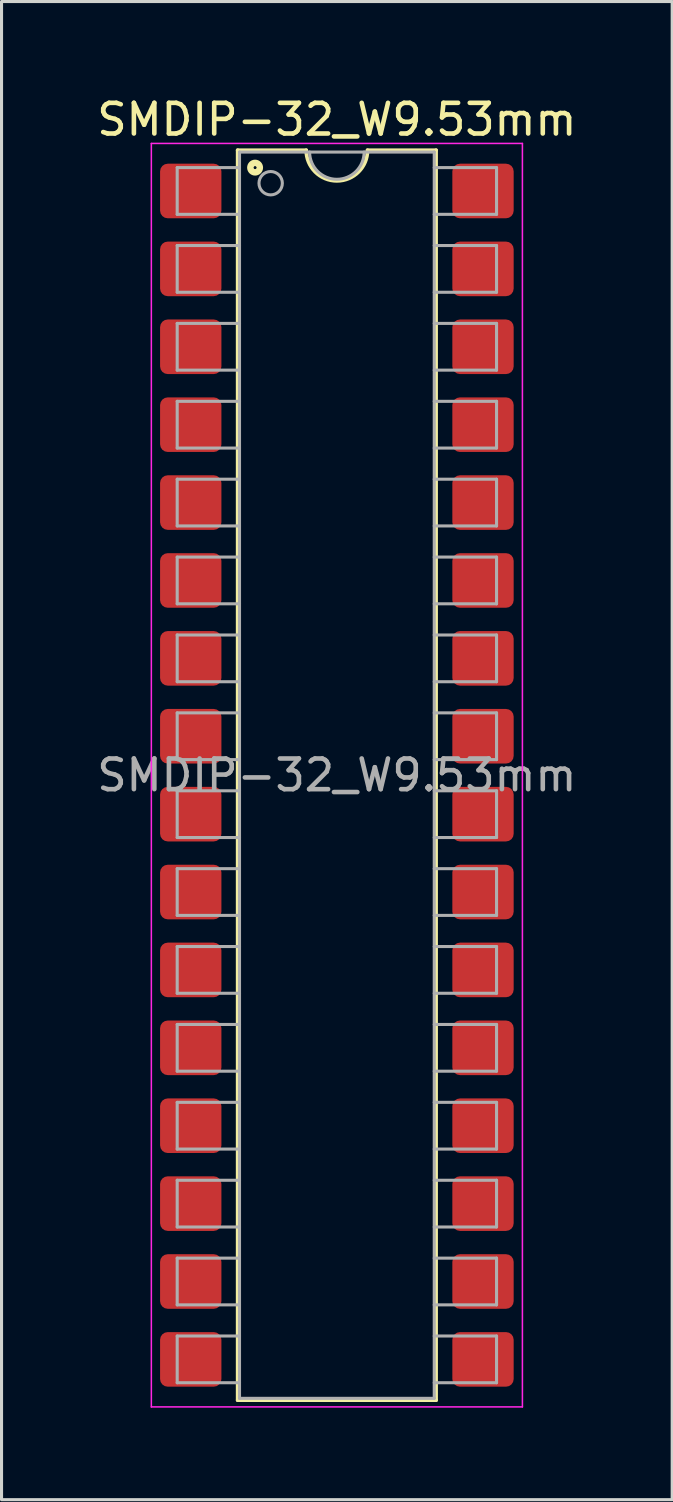
<source format=kicad_pcb>
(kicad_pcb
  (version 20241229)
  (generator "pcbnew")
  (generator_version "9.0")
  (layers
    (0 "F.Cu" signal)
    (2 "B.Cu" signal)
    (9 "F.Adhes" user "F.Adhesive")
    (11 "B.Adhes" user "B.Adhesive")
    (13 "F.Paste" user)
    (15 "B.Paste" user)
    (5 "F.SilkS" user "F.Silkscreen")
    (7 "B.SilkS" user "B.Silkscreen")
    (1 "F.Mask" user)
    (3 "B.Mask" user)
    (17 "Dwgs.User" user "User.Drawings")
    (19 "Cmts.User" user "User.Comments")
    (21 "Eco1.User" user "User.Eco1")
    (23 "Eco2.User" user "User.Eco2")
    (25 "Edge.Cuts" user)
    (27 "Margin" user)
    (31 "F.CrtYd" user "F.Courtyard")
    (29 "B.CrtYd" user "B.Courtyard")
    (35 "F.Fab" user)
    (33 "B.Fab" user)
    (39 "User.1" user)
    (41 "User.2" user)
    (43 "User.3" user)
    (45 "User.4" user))
  (footprint "SMDIP-32_W9.53mm"
    (layer "F.Cu")
    (at 7.935 22.228)
    (property "Reference" "SMDIP-32_W9.53mm" (at 0 -21.38 0) (layer "F.SilkS") (effects (font (size 1 1) (thickness 0.15))))
    (attr smd)
    (fp_line (start -3.235 -20.38) (end -3.235 20.38) (stroke (width 0.12) (type solid)) (layer "F.SilkS"))
    (fp_line (start -3.235 20.38) (end 3.235 20.38) (stroke (width 0.12) (type solid)) (layer "F.SilkS"))
    (fp_line (start -1 -20.38) (end -3.235 -20.38) (stroke (width 0.12) (type solid)) (layer "F.SilkS"))
    (fp_line (start 3.235 -20.38) (end 1 -20.38) (stroke (width 0.12) (type solid)) (layer "F.SilkS"))
    (fp_line (start 3.235 20.38) (end 3.235 -20.38) (stroke (width 0.12) (type solid)) (layer "F.SilkS"))
    (fp_arc (start 1 -20.38) (mid 0 -19.38) (end -1 -20.38) (stroke (width 0.12) (type solid)) (layer "F.SilkS"))
    (fp_circle (center -2.667 -19.812) (end -2.617 -19.812) (stroke (width 0.12) (type solid)) (fill no) (layer "F.SilkS"))
    (fp_circle (center -2.667 -19.812) (end -2.542 -19.812) (stroke (width 0.12) (type solid)) (fill no) (layer "F.SilkS"))
    (fp_circle (center -2.667 -19.812) (end -2.467 -19.812) (stroke (width 0.12) (type solid)) (fill no) (layer "F.SilkS"))
    (fp_line (start -6.05 -20.6) (end -6.05 20.6) (stroke (width 0.05) (type solid)) (layer "F.CrtYd"))
    (fp_line (start -6.05 20.6) (end 6.05 20.6) (stroke (width 0.05) (type solid)) (layer "F.CrtYd"))
    (fp_line (start 6.05 -20.6) (end -6.05 -20.6) (stroke (width 0.05) (type solid)) (layer "F.CrtYd"))
    (fp_line (start 6.05 20.6) (end 6.05 -20.6) (stroke (width 0.05) (type solid)) (layer "F.CrtYd"))
    (fp_line (start -5.207 -19.812) (end -5.207 -18.288) (stroke (width 0.1) (type solid)) (layer "F.Fab"))
    (fp_line (start -5.207 -19.812) (end -3.175 -19.812) (stroke (width 0.1) (type solid)) (layer "F.Fab"))
    (fp_line (start -5.207 -18.288) (end -3.175 -18.288) (stroke (width 0.1) (type solid)) (layer "F.Fab"))
    (fp_line (start -5.207 -17.272) (end -5.207 -15.748) (stroke (width 0.1) (type solid)) (layer "F.Fab"))
    (fp_line (start -5.207 -17.272) (end -3.175 -17.272) (stroke (width 0.1) (type solid)) (layer "F.Fab"))
    (fp_line (start -5.207 -15.748) (end -3.175 -15.748) (stroke (width 0.1) (type solid)) (layer "F.Fab"))
    (fp_line (start -5.207 -14.732) (end -5.207 -13.208) (stroke (width 0.1) (type solid)) (layer "F.Fab"))
    (fp_line (start -5.207 -14.732) (end -3.175 -14.732) (stroke (width 0.1) (type solid)) (layer "F.Fab"))
    (fp_line (start -5.207 -13.208) (end -3.175 -13.208) (stroke (width 0.1) (type solid)) (layer "F.Fab"))
    (fp_line (start -5.207 -12.192) (end -5.207 -10.668) (stroke (width 0.1) (type solid)) (layer "F.Fab"))
    (fp_line (start -5.207 -12.192) (end -3.175 -12.192) (stroke (width 0.1) (type solid)) (layer "F.Fab"))
    (fp_line (start -5.207 -10.668) (end -3.175 -10.668) (stroke (width 0.1) (type solid)) (layer "F.Fab"))
    (fp_line (start -5.207 -9.652) (end -5.207 -8.128) (stroke (width 0.1) (type solid)) (layer "F.Fab"))
    (fp_line (start -5.207 -9.652) (end -3.175 -9.652) (stroke (width 0.1) (type solid)) (layer "F.Fab"))
    (fp_line (start -5.207 -8.128) (end -3.175 -8.128) (stroke (width 0.1) (type solid)) (layer "F.Fab"))
    (fp_line (start -5.207 -7.112) (end -5.207 -5.588) (stroke (width 0.1) (type solid)) (layer "F.Fab"))
    (fp_line (start -5.207 -7.112) (end -3.175 -7.112) (stroke (width 0.1) (type solid)) (layer "F.Fab"))
    (fp_line (start -5.207 -5.588) (end -3.175 -5.588) (stroke (width 0.1) (type solid)) (layer "F.Fab"))
    (fp_line (start -5.207 -4.572) (end -5.207 -3.048) (stroke (width 0.1) (type solid)) (layer "F.Fab"))
    (fp_line (start -5.207 -4.572) (end -3.175 -4.572) (stroke (width 0.1) (type solid)) (layer "F.Fab"))
    (fp_line (start -5.207 -3.048) (end -3.175 -3.048) (stroke (width 0.1) (type solid)) (layer "F.Fab"))
    (fp_line (start -5.207 -2.032) (end -5.207 -0.508) (stroke (width 0.1) (type solid)) (layer "F.Fab"))
    (fp_line (start -5.207 -2.032) (end -3.175 -2.032) (stroke (width 0.1) (type solid)) (layer "F.Fab"))
    (fp_line (start -5.207 -0.508) (end -3.175 -0.508) (stroke (width 0.1) (type solid)) (layer "F.Fab"))
    (fp_line (start -5.207 0.508) (end -5.207 2.032) (stroke (width 0.1) (type solid)) (layer "F.Fab"))
    (fp_line (start -5.207 0.508) (end -3.175 0.508) (stroke (width 0.1) (type solid)) (layer "F.Fab"))
    (fp_line (start -5.207 2.032) (end -3.175 2.032) (stroke (width 0.1) (type solid)) (layer "F.Fab"))
    (fp_line (start -5.207 3.048) (end -5.207 4.572) (stroke (width 0.1) (type solid)) (layer "F.Fab"))
    (fp_line (start -5.207 3.048) (end -3.175 3.048) (stroke (width 0.1) (type solid)) (layer "F.Fab"))
    (fp_line (start -5.207 4.572) (end -3.175 4.572) (stroke (width 0.1) (type solid)) (layer "F.Fab"))
    (fp_line (start -5.207 5.588) (end -5.207 7.112) (stroke (width 0.1) (type solid)) (layer "F.Fab"))
    (fp_line (start -5.207 5.588) (end -3.175 5.588) (stroke (width 0.1) (type solid)) (layer "F.Fab"))
    (fp_line (start -5.207 7.112) (end -3.175 7.112) (stroke (width 0.1) (type solid)) (layer "F.Fab"))
    (fp_line (start -5.207 8.128) (end -5.207 9.652) (stroke (width 0.1) (type solid)) (layer "F.Fab"))
    (fp_line (start -5.207 8.128) (end -3.175 8.128) (stroke (width 0.1) (type solid)) (layer "F.Fab"))
    (fp_line (start -5.207 9.652) (end -3.175 9.652) (stroke (width 0.1) (type solid)) (layer "F.Fab"))
    (fp_line (start -5.207 10.668) (end -5.207 12.192) (stroke (width 0.1) (type solid)) (layer "F.Fab"))
    (fp_line (start -5.207 10.668) (end -3.175 10.668) (stroke (width 0.1) (type solid)) (layer "F.Fab"))
    (fp_line (start -5.207 12.192) (end -3.175 12.192) (stroke (width 0.1) (type solid)) (layer "F.Fab"))
    (fp_line (start -5.207 13.208) (end -5.207 14.732) (stroke (width 0.1) (type solid)) (layer "F.Fab"))
    (fp_line (start -5.207 13.208) (end -3.175 13.208) (stroke (width 0.1) (type solid)) (layer "F.Fab"))
    (fp_line (start -5.207 14.732) (end -3.175 14.732) (stroke (width 0.1) (type solid)) (layer "F.Fab"))
    (fp_line (start -5.207 15.748) (end -5.207 17.272) (stroke (width 0.1) (type solid)) (layer "F.Fab"))
    (fp_line (start -5.207 15.748) (end -3.175 15.748) (stroke (width 0.1) (type solid)) (layer "F.Fab"))
    (fp_line (start -5.207 17.272) (end -3.175 17.272) (stroke (width 0.1) (type solid)) (layer "F.Fab"))
    (fp_line (start -5.207 18.288) (end -5.207 19.812) (stroke (width 0.1) (type solid)) (layer "F.Fab"))
    (fp_line (start -5.207 18.288) (end -3.175 18.288) (stroke (width 0.1) (type solid)) (layer "F.Fab"))
    (fp_line (start -5.207 19.812) (end -3.175 19.812) (stroke (width 0.1) (type solid)) (layer "F.Fab"))
    (fp_line (start -3.175 -20.32) (end 3.175 -20.32) (stroke (width 0.1) (type solid)) (layer "F.Fab"))
    (fp_line (start -3.175 20.32) (end -3.175 -20.32) (stroke (width 0.1) (type solid)) (layer "F.Fab"))
    (fp_line (start 3.175 -20.32) (end 3.175 20.32) (stroke (width 0.1) (type solid)) (layer "F.Fab"))
    (fp_line (start 3.175 20.32) (end -3.175 20.32) (stroke (width 0.1) (type solid)) (layer "F.Fab"))
    (fp_line (start 5.207 -19.812) (end 3.175 -19.812) (stroke (width 0.1) (type solid)) (layer "F.Fab"))
    (fp_line (start 5.207 -18.288) (end 3.175 -18.288) (stroke (width 0.1) (type solid)) (layer "F.Fab"))
    (fp_line (start 5.207 -18.288) (end 5.207 -19.812) (stroke (width 0.1) (type solid)) (layer "F.Fab"))
    (fp_line (start 5.207 -17.272) (end 3.175 -17.272) (stroke (width 0.1) (type solid)) (layer "F.Fab"))
    (fp_line (start 5.207 -15.748) (end 3.175 -15.748) (stroke (width 0.1) (type solid)) (layer "F.Fab"))
    (fp_line (start 5.207 -15.748) (end 5.207 -17.272) (stroke (width 0.1) (type solid)) (layer "F.Fab"))
    (fp_line (start 5.207 -14.732) (end 3.175 -14.732) (stroke (width 0.1) (type solid)) (layer "F.Fab"))
    (fp_line (start 5.207 -13.208) (end 3.175 -13.208) (stroke (width 0.1) (type solid)) (layer "F.Fab"))
    (fp_line (start 5.207 -13.208) (end 5.207 -14.732) (stroke (width 0.1) (type solid)) (layer "F.Fab"))
    (fp_line (start 5.207 -12.192) (end 3.175 -12.192) (stroke (width 0.1) (type solid)) (layer "F.Fab"))
    (fp_line (start 5.207 -10.668) (end 3.175 -10.668) (stroke (width 0.1) (type solid)) (layer "F.Fab"))
    (fp_line (start 5.207 -10.668) (end 5.207 -12.192) (stroke (width 0.1) (type solid)) (layer "F.Fab"))
    (fp_line (start 5.207 -9.652) (end 3.175 -9.652) (stroke (width 0.1) (type solid)) (layer "F.Fab"))
    (fp_line (start 5.207 -8.128) (end 3.175 -8.128) (stroke (width 0.1) (type solid)) (layer "F.Fab"))
    (fp_line (start 5.207 -8.128) (end 5.207 -9.652) (stroke (width 0.1) (type solid)) (layer "F.Fab"))
    (fp_line (start 5.207 -7.112) (end 3.175 -7.112) (stroke (width 0.1) (type solid)) (layer "F.Fab"))
    (fp_line (start 5.207 -5.588) (end 3.175 -5.588) (stroke (width 0.1) (type solid)) (layer "F.Fab"))
    (fp_line (start 5.207 -5.588) (end 5.207 -7.112) (stroke (width 0.1) (type solid)) (layer "F.Fab"))
    (fp_line (start 5.207 -4.572) (end 3.175 -4.572) (stroke (width 0.1) (type solid)) (layer "F.Fab"))
    (fp_line (start 5.207 -3.048) (end 3.175 -3.048) (stroke (width 0.1) (type solid)) (layer "F.Fab"))
    (fp_line (start 5.207 -3.048) (end 5.207 -4.572) (stroke (width 0.1) (type solid)) (layer "F.Fab"))
    (fp_line (start 5.207 -2.032) (end 3.175 -2.032) (stroke (width 0.1) (type solid)) (layer "F.Fab"))
    (fp_line (start 5.207 -0.508) (end 3.175 -0.508) (stroke (width 0.1) (type solid)) (layer "F.Fab"))
    (fp_line (start 5.207 -0.508) (end 5.207 -2.032) (stroke (width 0.1) (type solid)) (layer "F.Fab"))
    (fp_line (start 5.207 0.508) (end 3.175 0.508) (stroke (width 0.1) (type solid)) (layer "F.Fab"))
    (fp_line (start 5.207 2.032) (end 3.175 2.032) (stroke (width 0.1) (type solid)) (layer "F.Fab"))
    (fp_line (start 5.207 2.032) (end 5.207 0.508) (stroke (width 0.1) (type solid)) (layer "F.Fab"))
    (fp_line (start 5.207 3.048) (end 3.175 3.048) (stroke (width 0.1) (type solid)) (layer "F.Fab"))
    (fp_line (start 5.207 4.572) (end 3.175 4.572) (stroke (width 0.1) (type solid)) (layer "F.Fab"))
    (fp_line (start 5.207 4.572) (end 5.207 3.048) (stroke (width 0.1) (type solid)) (layer "F.Fab"))
    (fp_line (start 5.207 5.588) (end 3.175 5.588) (stroke (width 0.1) (type solid)) (layer "F.Fab"))
    (fp_line (start 5.207 7.112) (end 3.175 7.112) (stroke (width 0.1) (type solid)) (layer "F.Fab"))
    (fp_line (start 5.207 7.112) (end 5.207 5.588) (stroke (width 0.1) (type solid)) (layer "F.Fab"))
    (fp_line (start 5.207 8.128) (end 3.175 8.128) (stroke (width 0.1) (type solid)) (layer "F.Fab"))
    (fp_line (start 5.207 9.652) (end 3.175 9.652) (stroke (width 0.1) (type solid)) (layer "F.Fab"))
    (fp_line (start 5.207 9.652) (end 5.207 8.128) (stroke (width 0.1) (type solid)) (layer "F.Fab"))
    (fp_line (start 5.207 10.668) (end 3.175 10.668) (stroke (width 0.1) (type solid)) (layer "F.Fab"))
    (fp_line (start 5.207 12.192) (end 3.175 12.192) (stroke (width 0.1) (type solid)) (layer "F.Fab"))
    (fp_line (start 5.207 12.192) (end 5.207 10.668) (stroke (width 0.1) (type solid)) (layer "F.Fab"))
    (fp_line (start 5.207 13.208) (end 3.175 13.208) (stroke (width 0.1) (type solid)) (layer "F.Fab"))
    (fp_line (start 5.207 14.732) (end 3.175 14.732) (stroke (width 0.1) (type solid)) (layer "F.Fab"))
    (fp_line (start 5.207 14.732) (end 5.207 13.208) (stroke (width 0.1) (type solid)) (layer "F.Fab"))
    (fp_line (start 5.207 15.748) (end 3.175 15.748) (stroke (width 0.1) (type solid)) (layer "F.Fab"))
    (fp_line (start 5.207 17.272) (end 3.175 17.272) (stroke (width 0.1) (type solid)) (layer "F.Fab"))
    (fp_line (start 5.207 17.272) (end 5.207 15.748) (stroke (width 0.1) (type solid)) (layer "F.Fab"))
    (fp_line (start 5.207 18.288) (end 3.175 18.288) (stroke (width 0.1) (type solid)) (layer "F.Fab"))
    (fp_line (start 5.207 19.812) (end 3.175 19.812) (stroke (width 0.1) (type solid)) (layer "F.Fab"))
    (fp_line (start 5.207 19.812) (end 5.207 18.288) (stroke (width 0.1) (type solid)) (layer "F.Fab"))
    (fp_arc (start 0.889 -20.32) (mid 0 -19.431) (end -0.889 -20.32) (stroke (width 0.1) (type solid)) (layer "F.Fab"))
    (fp_circle (center -2.159 -19.304) (end -1.778 -19.304) (stroke (width 0.1) (type solid)) (fill no) (layer "F.Fab"))
    (fp_text user "${REFERENCE}" (at 0 0 0) (layer "F.Fab") (effects (font (size 1 1) (thickness 0.15))))
    (pad "1" smd roundrect (at -4.765 -19.05) (size 2 1.78) (layers "F.Cu" "F.Mask" "F.Paste") (roundrect_rratio 0.14))
    (pad "2" smd roundrect (at -4.765 -16.51) (size 2 1.78) (layers "F.Cu" "F.Mask" "F.Paste") (roundrect_rratio 0.14))
    (pad "3" smd roundrect (at -4.765 -13.97) (size 2 1.78) (layers "F.Cu" "F.Mask" "F.Paste") (roundrect_rratio 0.14))
    (pad "4" smd roundrect (at -4.765 -11.43) (size 2 1.78) (layers "F.Cu" "F.Mask" "F.Paste") (roundrect_rratio 0.14))
    (pad "5" smd roundrect (at -4.765 -8.89) (size 2 1.78) (layers "F.Cu" "F.Mask" "F.Paste") (roundrect_rratio 0.14))
    (pad "6" smd roundrect (at -4.765 -6.35) (size 2 1.78) (layers "F.Cu" "F.Mask" "F.Paste") (roundrect_rratio 0.14))
    (pad "7" smd roundrect (at -4.765 -3.81) (size 2 1.78) (layers "F.Cu" "F.Mask" "F.Paste") (roundrect_rratio 0.14))
    (pad "8" smd roundrect (at -4.765 -1.27) (size 2 1.78) (layers "F.Cu" "F.Mask" "F.Paste") (roundrect_rratio 0.14))
    (pad "9" smd roundrect (at -4.765 1.27) (size 2 1.78) (layers "F.Cu" "F.Mask" "F.Paste") (roundrect_rratio 0.14))
    (pad "10" smd roundrect (at -4.765 3.81) (size 2 1.78) (layers "F.Cu" "F.Mask" "F.Paste") (roundrect_rratio 0.14))
    (pad "11" smd roundrect (at -4.765 6.35) (size 2 1.78) (layers "F.Cu" "F.Mask" "F.Paste") (roundrect_rratio 0.14))
    (pad "12" smd roundrect (at -4.765 8.89) (size 2 1.78) (layers "F.Cu" "F.Mask" "F.Paste") (roundrect_rratio 0.14))
    (pad "13" smd roundrect (at -4.765 11.43) (size 2 1.78) (layers "F.Cu" "F.Mask" "F.Paste") (roundrect_rratio 0.14))
    (pad "14" smd roundrect (at -4.765 13.97) (size 2 1.78) (layers "F.Cu" "F.Mask" "F.Paste") (roundrect_rratio 0.14))
    (pad "15" smd roundrect (at -4.765 16.51) (size 2 1.78) (layers "F.Cu" "F.Mask" "F.Paste") (roundrect_rratio 0.14))
    (pad "16" smd roundrect (at -4.765 19.05) (size 2 1.78) (layers "F.Cu" "F.Mask" "F.Paste") (roundrect_rratio 0.14))
    (pad "17" smd roundrect (at 4.765 19.05) (size 2 1.78) (layers "F.Cu" "F.Mask" "F.Paste") (roundrect_rratio 0.14))
    (pad "18" smd roundrect (at 4.765 16.51) (size 2 1.78) (layers "F.Cu" "F.Mask" "F.Paste") (roundrect_rratio 0.14))
    (pad "19" smd roundrect (at 4.765 13.97) (size 2 1.78) (layers "F.Cu" "F.Mask" "F.Paste") (roundrect_rratio 0.14))
    (pad "20" smd roundrect (at 4.765 11.43) (size 2 1.78) (layers "F.Cu" "F.Mask" "F.Paste") (roundrect_rratio 0.14))
    (pad "21" smd roundrect (at 4.765 8.89) (size 2 1.78) (layers "F.Cu" "F.Mask" "F.Paste") (roundrect_rratio 0.14))
    (pad "22" smd roundrect (at 4.765 6.35) (size 2 1.78) (layers "F.Cu" "F.Mask" "F.Paste") (roundrect_rratio 0.14))
    (pad "23" smd roundrect (at 4.765 3.81) (size 2 1.78) (layers "F.Cu" "F.Mask" "F.Paste") (roundrect_rratio 0.14))
    (pad "24" smd roundrect (at 4.765 1.27) (size 2 1.78) (layers "F.Cu" "F.Mask" "F.Paste") (roundrect_rratio 0.14))
    (pad "25" smd roundrect (at 4.765 -1.27) (size 2 1.78) (layers "F.Cu" "F.Mask" "F.Paste") (roundrect_rratio 0.14))
    (pad "26" smd roundrect (at 4.765 -3.81) (size 2 1.78) (layers "F.Cu" "F.Mask" "F.Paste") (roundrect_rratio 0.14))
    (pad "27" smd roundrect (at 4.765 -6.35) (size 2 1.78) (layers "F.Cu" "F.Mask" "F.Paste") (roundrect_rratio 0.14))
    (pad "28" smd roundrect (at 4.765 -8.89) (size 2 1.78) (layers "F.Cu" "F.Mask" "F.Paste") (roundrect_rratio 0.14))
    (pad "29" smd roundrect (at 4.765 -11.43) (size 2 1.78) (layers "F.Cu" "F.Mask" "F.Paste") (roundrect_rratio 0.14))
    (pad "30" smd roundrect (at 4.765 -13.97) (size 2 1.78) (layers "F.Cu" "F.Mask" "F.Paste") (roundrect_rratio 0.14))
    (pad "31" smd roundrect (at 4.765 -16.51) (size 2 1.78) (layers "F.Cu" "F.Mask" "F.Paste") (roundrect_rratio 0.14))
    (pad "32" smd roundrect (at 4.765 -19.05) (size 2 1.78) (layers "F.Cu" "F.Mask" "F.Paste") (roundrect_rratio 0.14)))
  (gr_rect
    (start -3 -3)
    (end 18.869 45.853)
    (stroke (width 0.1) (type default))
    (fill no)
    (layer "Edge.Cuts")))
</source>
